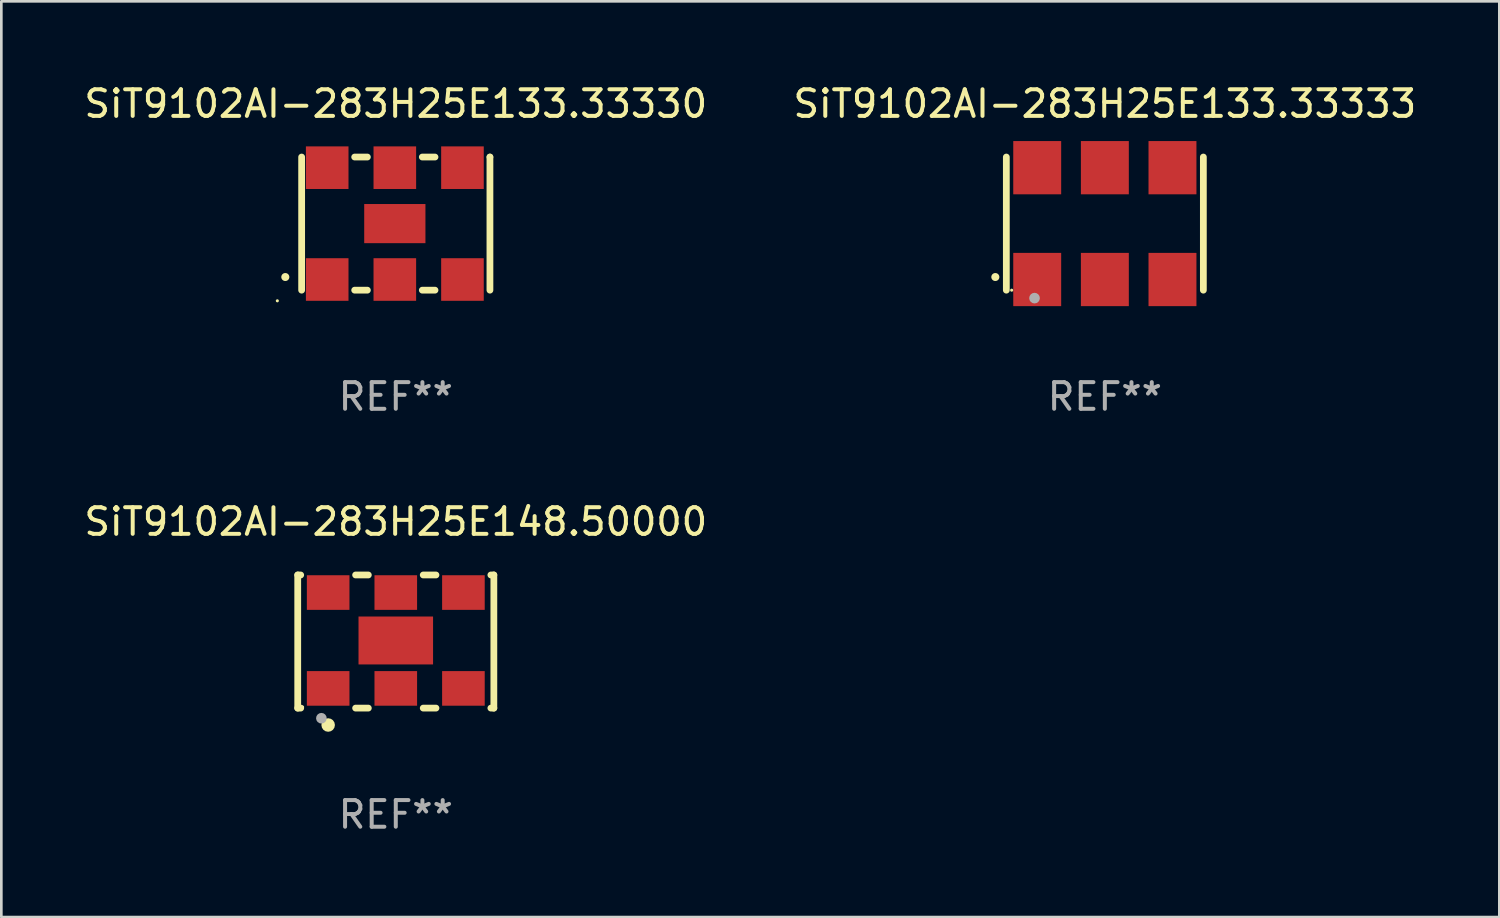
<source format=kicad_pcb>
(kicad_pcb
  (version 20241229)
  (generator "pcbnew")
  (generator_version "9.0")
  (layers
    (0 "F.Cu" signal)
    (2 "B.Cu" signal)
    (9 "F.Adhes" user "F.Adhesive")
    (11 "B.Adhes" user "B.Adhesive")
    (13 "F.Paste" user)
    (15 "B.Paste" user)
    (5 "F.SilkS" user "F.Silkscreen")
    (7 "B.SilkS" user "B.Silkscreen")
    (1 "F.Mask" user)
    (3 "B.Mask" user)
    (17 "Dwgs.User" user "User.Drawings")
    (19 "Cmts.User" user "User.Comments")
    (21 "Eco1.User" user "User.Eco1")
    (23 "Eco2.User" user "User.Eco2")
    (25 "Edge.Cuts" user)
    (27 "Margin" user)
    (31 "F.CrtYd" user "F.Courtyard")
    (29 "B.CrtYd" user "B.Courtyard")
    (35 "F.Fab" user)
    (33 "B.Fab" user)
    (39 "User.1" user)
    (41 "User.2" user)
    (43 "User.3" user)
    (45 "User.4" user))
  (footprint "SiT9102AI-283H25E148.50000"
    (layer "F.Cu")
    (at 11.815 21.045)
    (property "Reference" "SiT9102AI-283H25E148.50000" (at 0 -4.5 0) (layer "F.SilkS") (effects (font (size 1 1) (thickness 0.15))))
    (attr through_hole)
    (fp_line (start -3.683 -2.5) (end -3.571 -2.5) (stroke (width 0.254) (type solid)) (layer "F.SilkS"))
    (fp_line (start -3.683 2.5) (end -3.683 -2.5) (stroke (width 0.254) (type solid)) (layer "F.SilkS"))
    (fp_line (start -3.683 2.5) (end -3.571 2.5) (stroke (width 0.254) (type solid)) (layer "F.SilkS"))
    (fp_line (start -1.509 -2.5) (end -1.031 -2.5) (stroke (width 0.254) (type solid)) (layer "F.SilkS"))
    (fp_line (start -1.509 2.5) (end -1.031 2.5) (stroke (width 0.254) (type solid)) (layer "F.SilkS"))
    (fp_line (start 1.031 -2.5) (end 1.509 -2.5) (stroke (width 0.254) (type solid)) (layer "F.SilkS"))
    (fp_line (start 1.031 2.5) (end 1.509 2.5) (stroke (width 0.254) (type solid)) (layer "F.SilkS"))
    (fp_line (start 3.571 -2.5) (end 3.683 -2.5) (stroke (width 0.254) (type solid)) (layer "F.SilkS"))
    (fp_line (start 3.571 2.5) (end 3.683 2.5) (stroke (width 0.254) (type solid)) (layer "F.SilkS"))
    (fp_line (start 3.683 2.5) (end 3.683 -2.5) (stroke (width 0.254) (type solid)) (layer "F.SilkS"))
    (fp_circle (center -3.5 2.46) (end -3.47 2.46) (stroke (width 0.06) (type solid)) (fill no) (layer "F.SilkS"))
    (fp_circle (center -2.54 3.135) (end -2.413 3.135) (stroke (width 0.254) (type solid)) (fill no) (layer "F.SilkS"))
    (fp_circle (center -2.794 2.881) (end -2.694 2.881) (stroke (width 0.2) (type solid)) (fill no) (layer "F.Fab"))
    (fp_text user "REF**" (at 0 6.5 0) (layer "F.Fab") (effects (font (size 1 1) (thickness 0.15))))
    (pad "1" smd rect (at -2.54 1.76) (size 1.6 1.3) (layers "F.Cu" "F.Mask" "F.Paste"))
    (pad "2" smd rect (at 0 1.76) (size 1.6 1.3) (layers "F.Cu" "F.Mask" "F.Paste"))
    (pad "3" smd rect (at 2.54 1.76) (size 1.6 1.3) (layers "F.Cu" "F.Mask" "F.Paste"))
    (pad "4" smd rect (at 2.54 -1.84) (size 1.6 1.3) (layers "F.Cu" "F.Mask" "F.Paste"))
    (pad "5" smd rect (at 0 -1.84) (size 1.6 1.3) (layers "F.Cu" "F.Mask" "F.Paste"))
    (pad "6" smd rect (at -2.54 -1.84) (size 1.6 1.3) (layers "F.Cu" "F.Mask" "F.Paste"))
    (pad "7" smd rect (at 0 -0.04) (size 2.8 1.8) (layers "F.Cu" "F.Mask" "F.Paste")))
  (footprint "SiT9102AI-283H25E133.33333"
    (layer "F.Cu")
    (at 38.446 5.348)
    (property "Reference" "SiT9102AI-283H25E133.33333" (at 0 -4.5 0) (layer "F.SilkS") (effects (font (size 1 1) (thickness 0.15))))
    (attr through_hole)
    (fp_line (start -3.7 -2.5) (end -3.7 2.5) (stroke (width 0.254) (type solid)) (layer "F.SilkS"))
    (fp_line (start 3.7 -2.5) (end 3.7 2.5) (stroke (width 0.254) (type solid)) (layer "F.SilkS"))
    (fp_arc (start -4.114415 2.006604) (mid -4.113145 2.006599) (end -4.111875 2.006604) (stroke (width 0.3) (type solid)) (layer "F.SilkS"))
    (fp_circle (center -3.5 2.501) (end -3.47 2.501) (stroke (width 0.06) (type solid)) (fill no) (layer "F.SilkS"))
    (fp_circle (center -2.641 2.799) (end -2.541 2.799) (stroke (width 0.2) (type solid)) (fill no) (layer "F.Fab"))
    (fp_text user "REF**" (at 0 6.5 0) (layer "F.Fab") (effects (font (size 1 1) (thickness 0.15))))
    (pad "1" smd rect (at -2.54 2.1) (size 1.8 2) (layers "F.Cu" "F.Mask" "F.Paste"))
    (pad "2" smd rect (at 0.000394 2.1) (size 1.8 2) (layers "F.Cu" "F.Mask" "F.Paste"))
    (pad "3" smd rect (at 2.54 2.1) (size 1.8 2) (layers "F.Cu" "F.Mask" "F.Paste"))
    (pad "4" smd rect (at 2.54 -2.1) (size 1.8 2) (layers "F.Cu" "F.Mask" "F.Paste"))
    (pad "5" smd rect (at 0.000394 -2.1) (size 1.8 2) (layers "F.Cu" "F.Mask" "F.Paste"))
    (pad "6" smd rect (at -2.54 -2.1) (size 1.8 2) (layers "F.Cu" "F.Mask" "F.Paste")))
  (footprint "SiT9102AI-283H25E133.33330"
    (layer "F.Cu")
    (at 11.815 5.348)
    (property "Reference" "SiT9102AI-283H25E133.33330" (at 0 -4.5 0) (layer "F.SilkS") (effects (font (size 1 1) (thickness 0.15))))
    (attr through_hole)
    (fp_line (start -3.536 -2.5) (end -3.536 2.5) (stroke (width 0.254) (type solid)) (layer "F.SilkS"))
    (fp_line (start -1.544 2.5) (end -1.067 2.5) (stroke (width 0.254) (type solid)) (layer "F.SilkS"))
    (fp_line (start -1.067 -2.5) (end -1.544 -2.5) (stroke (width 0.254) (type solid)) (layer "F.SilkS"))
    (fp_line (start 0.996 2.5) (end 1.473 2.5) (stroke (width 0.254) (type solid)) (layer "F.SilkS"))
    (fp_line (start 1.473 -2.5) (end 0.996 -2.5) (stroke (width 0.254) (type solid)) (layer "F.SilkS"))
    (fp_line (start 3.536 -2.5) (end 3.536 -2.5) (stroke (width 0.254) (type solid)) (layer "F.SilkS"))
    (fp_line (start 3.536 2.5) (end 3.536 -2.5) (stroke (width 0.254) (type solid)) (layer "F.SilkS"))
    (fp_arc (start -4.150432 2.006604) (mid -4.149162 2.006599) (end -4.147892 2.006604) (stroke (width 0.3) (type solid)) (layer "F.SilkS"))
    (fp_circle (center -4.449 2.9) (end -4.419 2.9) (stroke (width 0.06) (type solid)) (fill no) (layer "F.SilkS"))
    (fp_text user "REF**" (at 0 6.5 0) (layer "F.Fab") (effects (font (size 1 1) (thickness 0.15))))
    (pad "1" smd rect (at -2.576 2.1) (size 1.6 1.6) (layers "F.Cu" "F.Mask" "F.Paste"))
    (pad "2" smd rect (at -0.036 2.1) (size 1.6 1.6) (layers "F.Cu" "F.Mask" "F.Paste"))
    (pad "3" smd rect (at 2.504 2.1) (size 1.6 1.6) (layers "F.Cu" "F.Mask" "F.Paste"))
    (pad "4" smd rect (at 2.504 -2.1) (size 1.6 1.6) (layers "F.Cu" "F.Mask" "F.Paste"))
    (pad "5" smd rect (at -0.036 -2.1) (size 1.6 1.6) (layers "F.Cu" "F.Mask" "F.Paste"))
    (pad "6" smd rect (at -2.576 -2.1) (size 1.6 1.6) (layers "F.Cu" "F.Mask" "F.Paste"))
    (pad "7" smd rect (at -0.036 0) (size 2.3 1.47) (layers "F.Cu" "F.Mask" "F.Paste")))
  (gr_rect
    (start -3 -3)
    (end 53.262 31.393)
    (stroke (width 0.1) (type default))
    (fill no)
    (layer "Edge.Cuts")))
</source>
